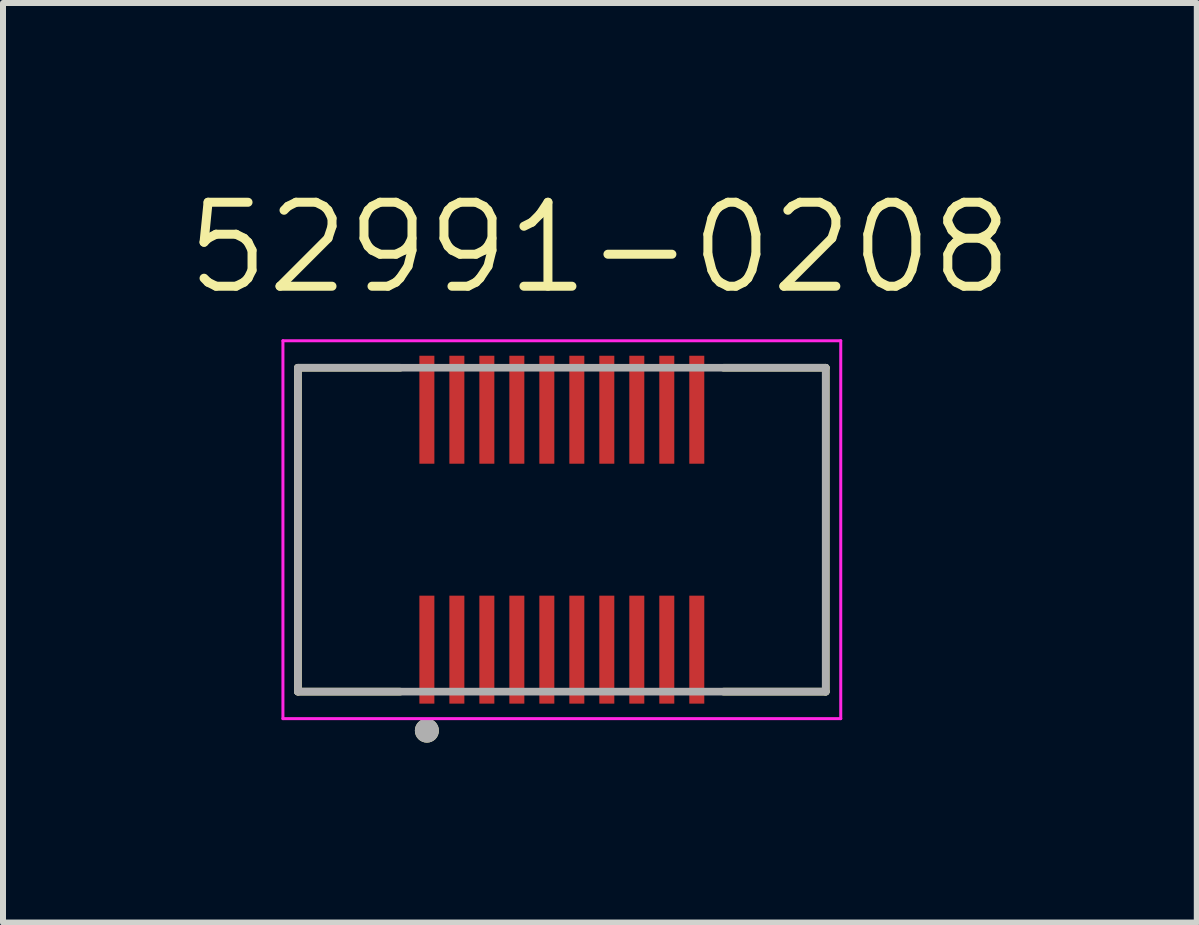
<source format=kicad_pcb>
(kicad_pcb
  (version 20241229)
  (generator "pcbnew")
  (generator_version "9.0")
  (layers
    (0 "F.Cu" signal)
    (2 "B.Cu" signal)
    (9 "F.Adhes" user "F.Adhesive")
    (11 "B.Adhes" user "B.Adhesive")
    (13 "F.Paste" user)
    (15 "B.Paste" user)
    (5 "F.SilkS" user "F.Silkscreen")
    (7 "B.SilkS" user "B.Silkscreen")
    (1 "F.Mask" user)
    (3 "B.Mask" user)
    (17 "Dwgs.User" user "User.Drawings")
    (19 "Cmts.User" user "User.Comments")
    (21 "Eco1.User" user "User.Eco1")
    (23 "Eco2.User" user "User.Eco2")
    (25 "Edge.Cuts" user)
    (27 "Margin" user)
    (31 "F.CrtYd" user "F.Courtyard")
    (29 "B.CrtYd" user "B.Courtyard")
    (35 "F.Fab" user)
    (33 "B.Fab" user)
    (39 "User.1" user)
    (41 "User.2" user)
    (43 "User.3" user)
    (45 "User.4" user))
  (footprint "52991-0208"
    (layer "F.Cu")
    (at 6.317 5.781)
    (property "Reference" "52991-0208" (at 0.635 -4.699 0) (layer "F.SilkS") (effects (font (size 1.4 1.4) (thickness 0.15))))
    (attr smd)
    (fp_line (start -4.4 2.7) (end -4.4 -2.7) (stroke (width 0.127) (type solid)) (layer "F.SilkS"))
    (fp_line (start -2.695 -2.7) (end -4.4 -2.7) (stroke (width 0.127) (type solid)) (layer "F.SilkS"))
    (fp_line (start -2.695 2.7) (end -4.4 2.7) (stroke (width 0.127) (type solid)) (layer "F.SilkS"))
    (fp_line (start 2.695 -2.7) (end 4.4 -2.7) (stroke (width 0.127) (type solid)) (layer "F.SilkS"))
    (fp_line (start 2.695 2.7) (end 4.4 2.7) (stroke (width 0.127) (type solid)) (layer "F.SilkS"))
    (fp_line (start 4.4 -2.7) (end 4.4 2.7) (stroke (width 0.127) (type solid)) (layer "F.SilkS"))
    (fp_circle (center -2.25 3.35) (end -2.15 3.35) (stroke (width 0.2) (type solid)) (fill no) (layer "F.SilkS"))
    (fp_line (start -4.65 3.15) (end -4.65 -3.15) (stroke (width 0.05) (type solid)) (layer "F.CrtYd"))
    (fp_line (start -4.65 3.15) (end 4.65 3.15) (stroke (width 0.05) (type solid)) (layer "F.CrtYd"))
    (fp_line (start 4.65 -3.15) (end -4.65 -3.15) (stroke (width 0.05) (type solid)) (layer "F.CrtYd"))
    (fp_line (start 4.65 -3.15) (end 4.65 3.15) (stroke (width 0.05) (type solid)) (layer "F.CrtYd"))
    (fp_line (start -4.4 -2.7) (end 4.4 -2.7) (stroke (width 0.127) (type solid)) (layer "F.Fab"))
    (fp_line (start -4.4 2.7) (end -4.4 -2.7) (stroke (width 0.127) (type solid)) (layer "F.Fab"))
    (fp_line (start 4.4 -2.7) (end 4.4 2.7) (stroke (width 0.127) (type solid)) (layer "F.Fab"))
    (fp_line (start 4.4 2.7) (end -4.4 2.7) (stroke (width 0.127) (type solid)) (layer "F.Fab"))
    (fp_circle (center -2.25 3.35) (end -2.15 3.35) (stroke (width 0.2) (type solid)) (fill no) (layer "F.Fab"))
    (pad "1" smd rect (at -2.25 -2) (size 0.25 1.8) (layers "F.Cu" "F.Mask" "F.Paste"))
    (pad "2" smd rect (at -1.75 -2) (size 0.25 1.8) (layers "F.Cu" "F.Mask" "F.Paste"))
    (pad "3" smd rect (at -1.25 -2) (size 0.25 1.8) (layers "F.Cu" "F.Mask" "F.Paste"))
    (pad "4" smd rect (at -0.75 -2) (size 0.25 1.8) (layers "F.Cu" "F.Mask" "F.Paste"))
    (pad "5" smd rect (at -0.25 -2) (size 0.25 1.8) (layers "F.Cu" "F.Mask" "F.Paste"))
    (pad "6" smd rect (at 0.25 -2) (size 0.25 1.8) (layers "F.Cu" "F.Mask" "F.Paste"))
    (pad "7" smd rect (at 0.75 -2) (size 0.25 1.8) (layers "F.Cu" "F.Mask" "F.Paste"))
    (pad "8" smd rect (at 1.25 -2) (size 0.25 1.8) (layers "F.Cu" "F.Mask" "F.Paste"))
    (pad "9" smd rect (at 1.75 -2) (size 0.25 1.8) (layers "F.Cu" "F.Mask" "F.Paste"))
    (pad "10" smd rect (at 2.25 -2) (size 0.25 1.8) (layers "F.Cu" "F.Mask" "F.Paste"))
    (pad "11" smd rect (at 2.25 2) (size 0.25 1.8) (layers "F.Cu" "F.Mask" "F.Paste"))
    (pad "12" smd rect (at 1.75 2) (size 0.25 1.8) (layers "F.Cu" "F.Mask" "F.Paste"))
    (pad "13" smd rect (at 1.25 2) (size 0.25 1.8) (layers "F.Cu" "F.Mask" "F.Paste"))
    (pad "14" smd rect (at 0.75 2) (size 0.25 1.8) (layers "F.Cu" "F.Mask" "F.Paste"))
    (pad "15" smd rect (at 0.25 2) (size 0.25 1.8) (layers "F.Cu" "F.Mask" "F.Paste"))
    (pad "16" smd rect (at -0.25 2) (size 0.25 1.8) (layers "F.Cu" "F.Mask" "F.Paste"))
    (pad "17" smd rect (at -0.75 2) (size 0.25 1.8) (layers "F.Cu" "F.Mask" "F.Paste"))
    (pad "18" smd rect (at -1.25 2) (size 0.25 1.8) (layers "F.Cu" "F.Mask" "F.Paste"))
    (pad "19" smd rect (at -1.75 2) (size 0.25 1.8) (layers "F.Cu" "F.Mask" "F.Paste"))
    (pad "20" smd rect (at -2.25 2) (size 0.25 1.8) (layers "F.Cu" "F.Mask" "F.Paste")))
  (gr_rect
    (start -3 -3)
    (end 16.903 12.331)
    (stroke (width 0.1) (type default))
    (fill no)
    (layer "Edge.Cuts")))
</source>
